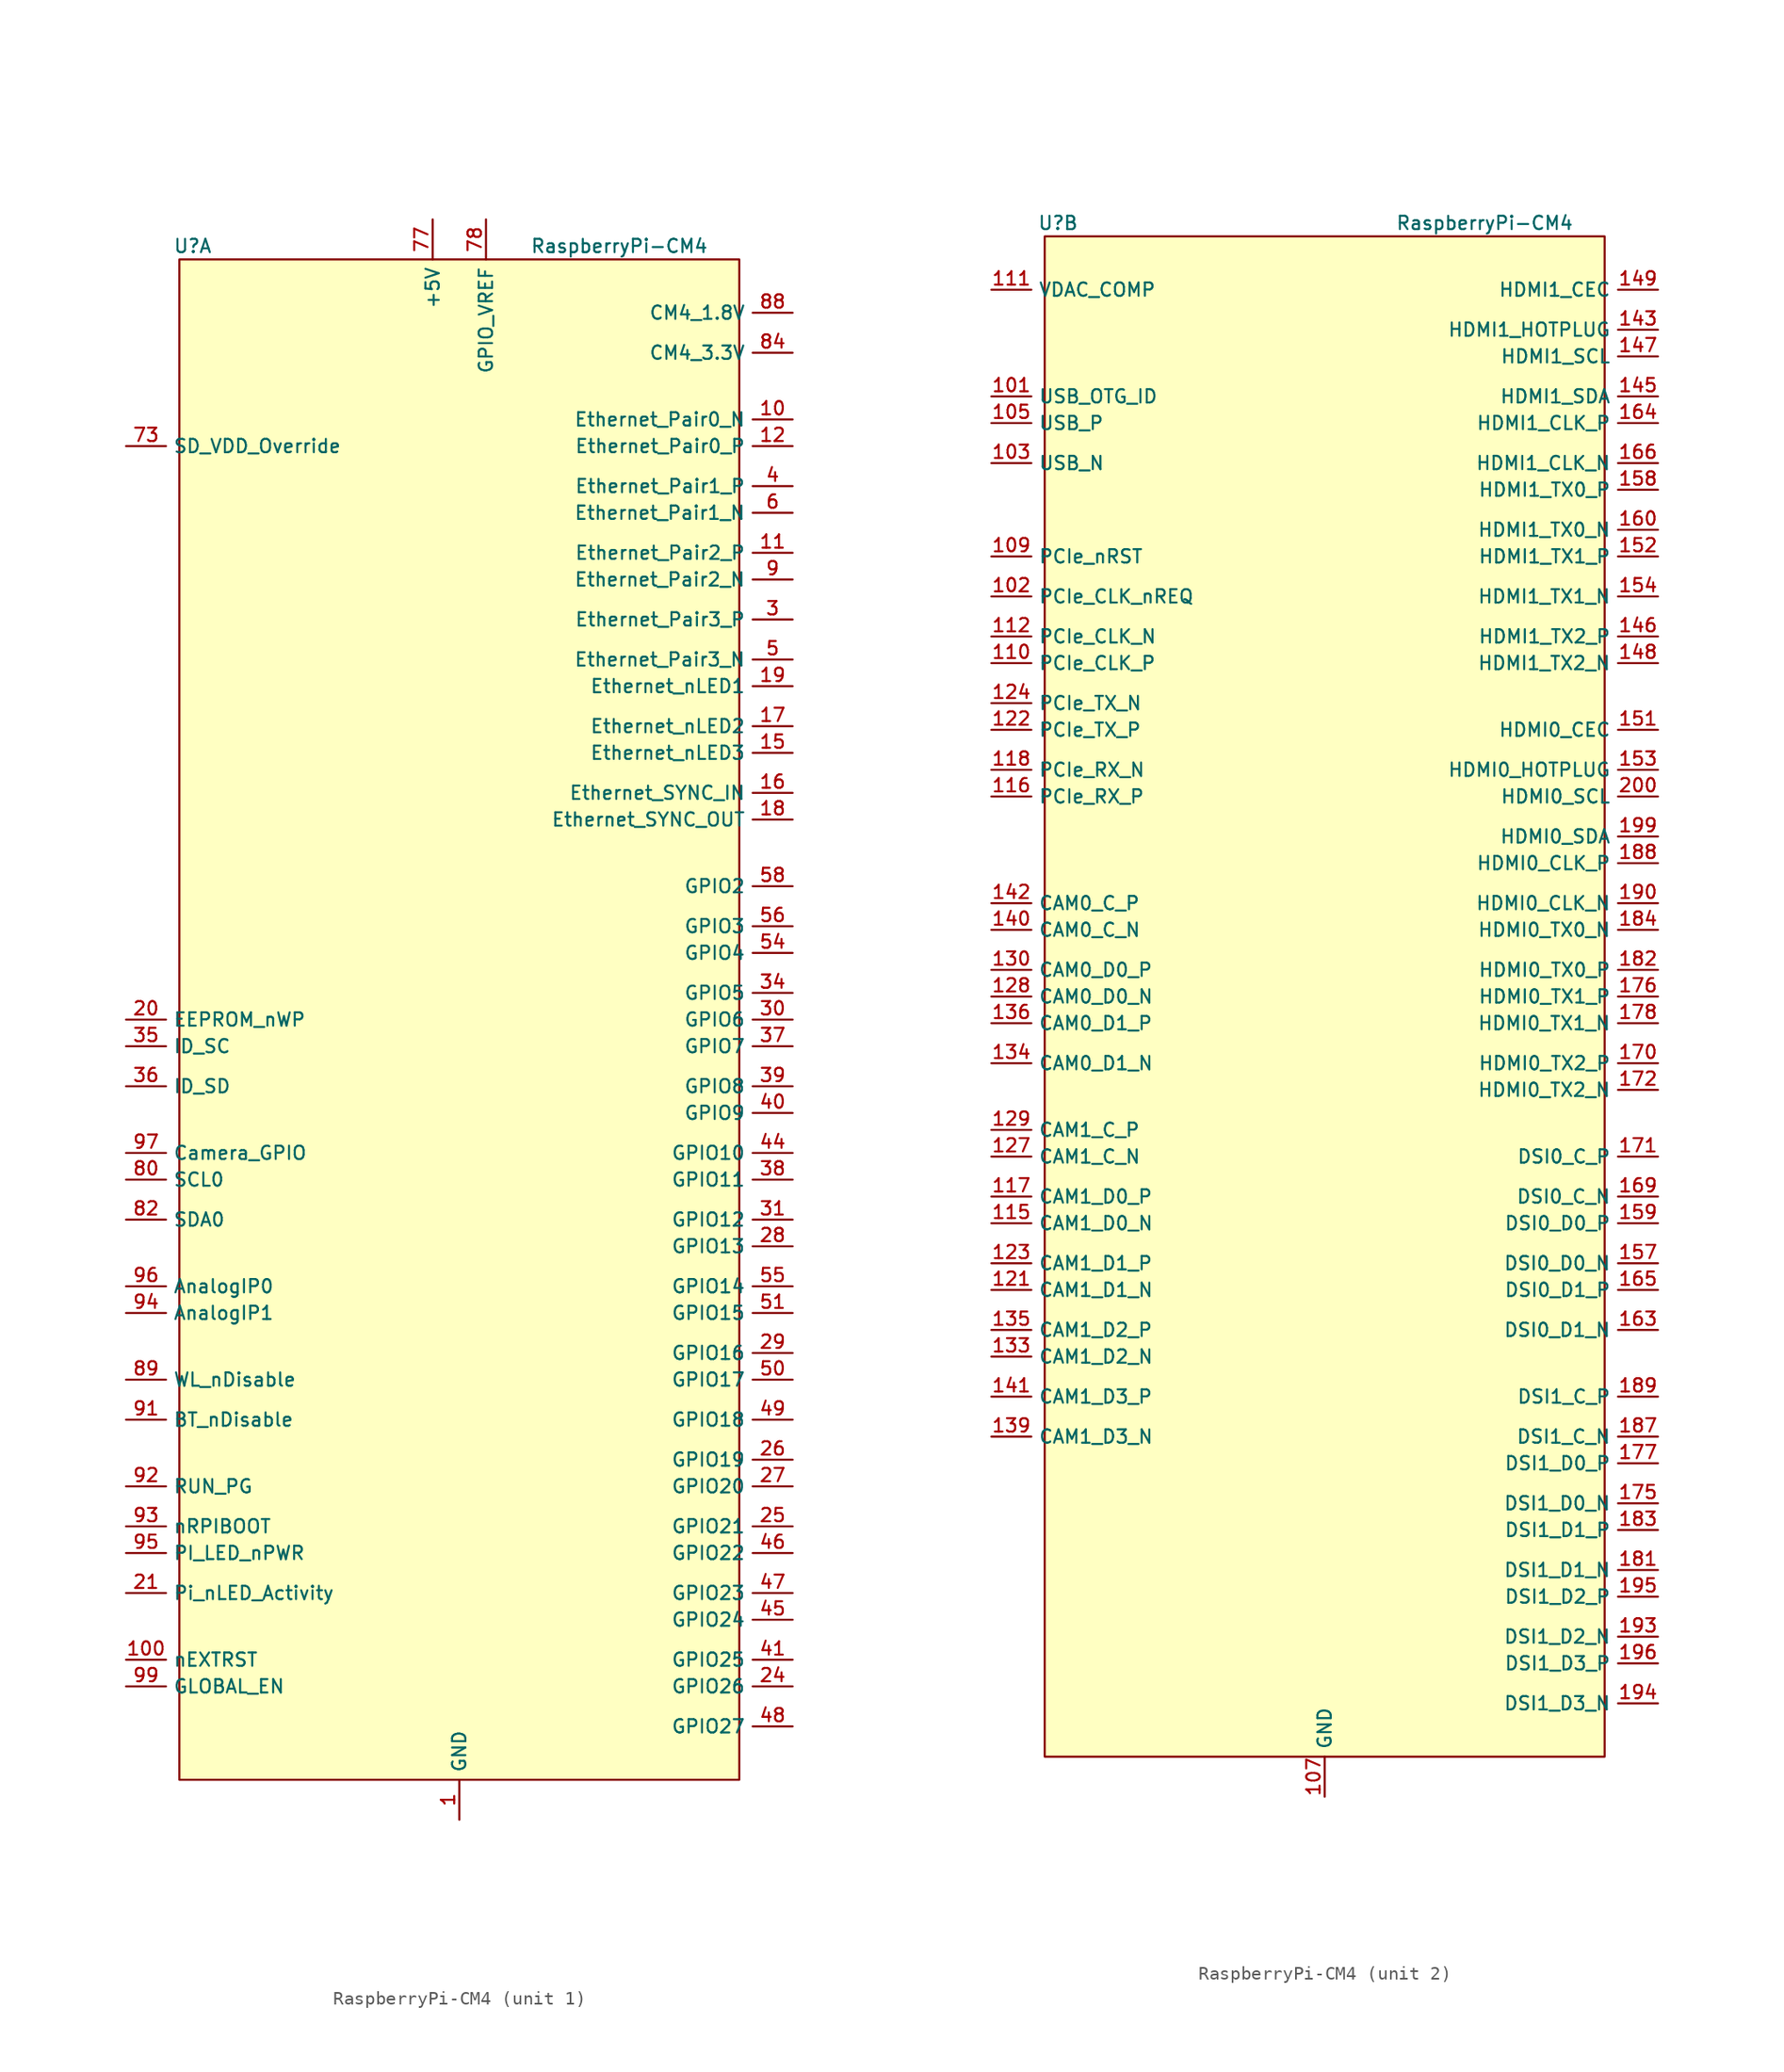
<source format=kicad_sym>
(kicad_symbol_lib
  (version 20231120)
  (generator "kicad_symbol_editor")
  (generator_version "8.0")
  (symbol "RaspberryPi-CM4"
    (property "Reference" "U"
      (at -20 58 0)
      (effects (font (size 1 1))))
    (property "Value" "RaspberryPi-CM4"
      (at 12 58 0)
      (effects (font (size 1 1))))
    (symbol "RaspberryPi-CM4_0_1"
      (rectangle (start 21 57) (end -21 -57) (stroke (width 0) (type default)) (fill (type background))))
    (symbol "RaspberryPi-CM4_1_1"
      (pin power_in line (at 0 -60 90) (length 3) (name "GND" (effects (font (size 1 1)))) (number "1" (effects (font (size 1 1)))))
      (pin bidirectional line (at 25 45 180) (length 3) (name "Ethernet_Pair0_N" (effects (font (size 1 1)))) (number "10" (effects (font (size 1 1)))))
      (pin output line (at -25 -48 0) (length 3) (name "nEXTRST" (effects (font (size 1 1)))) (number "100" (effects (font (size 1 1)))))
      (pin bidirectional line (at 25 35 180) (length 3) (name "Ethernet_Pair2_P" (effects (font (size 1 1)))) (number "11" (effects (font (size 1 1)))))
      (pin bidirectional line (at 25 43 180) (length 3) (name "Ethernet_Pair0_P" (effects (font (size 1 1)))) (number "12" (effects (font (size 1 1)))))
      (pin passive line (at 0 -60 90) (length 3) hide (name "GND" (effects (font (size 1 1)))) (number "13" (effects (font (size 1 1)))))
      (pin passive line (at 0 -60 90) (length 3) hide (name "GND" (effects (font (size 1 1)))) (number "14" (effects (font (size 1 1)))))
      (pin output line (at 25 20 180) (length 3) (name "Ethernet_nLED3" (effects (font (size 1 1)))) (number "15" (effects (font (size 1 1)))))
      (pin input line (at 25 17 180) (length 3) (name "Ethernet_SYNC_IN" (effects (font (size 1 1)))) (number "16" (effects (font (size 1 1)))))
      (pin output line (at 25 22 180) (length 3) (name "Ethernet_nLED2" (effects (font (size 1 1)))) (number "17" (effects (font (size 1 1)))))
      (pin output line (at 25 15 180) (length 3) (name "Ethernet_SYNC_OUT" (effects (font (size 1 1)))) (number "18" (effects (font (size 1 1)))))
      (pin output line (at 25 25 180) (length 3) (name "Ethernet_nLED1" (effects (font (size 1 1)))) (number "19" (effects (font (size 1 1)))))
      (pin passive line (at 0 -60 90) (length 3) hide (name "GND" (effects (font (size 1 1)))) (number "2" (effects (font (size 1 1)))))
      (pin input line (at -25 0 0) (length 3) (name "EEPROM_nWP" (effects (font (size 1 1)))) (number "20" (effects (font (size 1 1)))))
      (pin input line (at -25 -43 0) (length 3) (name "Pi_nLED_Activity" (effects (font (size 1 1)))) (number "21" (effects (font (size 1 1)))))
      (pin passive line (at 0 -60 90) (length 3) hide (name "GND" (effects (font (size 1 1)))) (number "22" (effects (font (size 1 1)))))
      (pin passive line (at 0 -60 90) (length 3) hide (name "GND" (effects (font (size 1 1)))) (number "23" (effects (font (size 1 1)))))
      (pin bidirectional line (at 25 -50 180) (length 3) (name "GPIO26" (effects (font (size 1 1)))) (number "24" (effects (font (size 1 1)))))
      (pin bidirectional line (at 25 -38 180) (length 3) (name "GPIO21" (effects (font (size 1 1)))) (number "25" (effects (font (size 1 1)))))
      (pin bidirectional line (at 25 -33 180) (length 3) (name "GPIO19" (effects (font (size 1 1)))) (number "26" (effects (font (size 1 1)))))
      (pin bidirectional line (at 25 -35 180) (length 3) (name "GPIO20" (effects (font (size 1 1)))) (number "27" (effects (font (size 1 1)))))
      (pin bidirectional line (at 25 -17 180) (length 3) (name "GPIO13" (effects (font (size 1 1)))) (number "28" (effects (font (size 1 1)))))
      (pin bidirectional line (at 25 -25 180) (length 3) (name "GPIO16" (effects (font (size 1 1)))) (number "29" (effects (font (size 1 1)))))
      (pin bidirectional line (at 25 30 180) (length 3) (name "Ethernet_Pair3_P" (effects (font (size 1 1)))) (number "3" (effects (font (size 1 1)))))
      (pin bidirectional line (at 25 0 180) (length 3) (name "GPIO6" (effects (font (size 1 1)))) (number "30" (effects (font (size 1 1)))))
      (pin bidirectional line (at 25 -15 180) (length 3) (name "GPIO12" (effects (font (size 1 1)))) (number "31" (effects (font (size 1 1)))))
      (pin passive line (at 0 -60 90) (length 3) hide (name "GND" (effects (font (size 1 1)))) (number "32" (effects (font (size 1 1)))))
      (pin passive line (at 0 -60 90) (length 3) hide (name "GND" (effects (font (size 1 1)))) (number "33" (effects (font (size 1 1)))))
      (pin bidirectional line (at 25 2 180) (length 3) (name "GPIO5" (effects (font (size 1 1)))) (number "34" (effects (font (size 1 1)))))
      (pin bidirectional line (at -25 -2 0) (length 3) (name "ID_SC" (effects (font (size 1 1)))) (number "35" (effects (font (size 1 1)))))
      (pin bidirectional line (at -25 -5 0) (length 3) (name "ID_SD" (effects (font (size 1 1)))) (number "36" (effects (font (size 1 1)))))
      (pin bidirectional line (at 25 -2 180) (length 3) (name "GPIO7" (effects (font (size 1 1)))) (number "37" (effects (font (size 1 1)))))
      (pin bidirectional line (at 25 -12 180) (length 3) (name "GPIO11" (effects (font (size 1 1)))) (number "38" (effects (font (size 1 1)))))
      (pin bidirectional line (at 25 -5 180) (length 3) (name "GPIO8" (effects (font (size 1 1)))) (number "39" (effects (font (size 1 1)))))
      (pin bidirectional line (at 25 40 180) (length 3) (name "Ethernet_Pair1_P" (effects (font (size 1 1)))) (number "4" (effects (font (size 1 1)))))
      (pin bidirectional line (at 25 -7 180) (length 3) (name "GPIO9" (effects (font (size 1 1)))) (number "40" (effects (font (size 1 1)))))
      (pin bidirectional line (at 25 -48 180) (length 3) (name "GPIO25" (effects (font (size 1 1)))) (number "41" (effects (font (size 1 1)))))
      (pin passive line (at 0 -60 90) (length 3) hide (name "GND" (effects (font (size 1 1)))) (number "42" (effects (font (size 1 1)))))
      (pin passive line (at 0 -60 90) (length 3) hide (name "GND" (effects (font (size 1 1)))) (number "43" (effects (font (size 1 1)))))
      (pin bidirectional line (at 25 -10 180) (length 3) (name "GPIO10" (effects (font (size 1 1)))) (number "44" (effects (font (size 1 1)))))
      (pin bidirectional line (at 25 -45 180) (length 3) (name "GPIO24" (effects (font (size 1 1)))) (number "45" (effects (font (size 1 1)))))
      (pin bidirectional line (at 25 -40 180) (length 3) (name "GPIO22" (effects (font (size 1 1)))) (number "46" (effects (font (size 1 1)))))
      (pin bidirectional line (at 25 -43 180) (length 3) (name "GPIO23" (effects (font (size 1 1)))) (number "47" (effects (font (size 1 1)))))
      (pin bidirectional line (at 25 -53 180) (length 3) (name "GPIO27" (effects (font (size 1 1)))) (number "48" (effects (font (size 1 1)))))
      (pin bidirectional line (at 25 -30 180) (length 3) (name "GPIO18" (effects (font (size 1 1)))) (number "49" (effects (font (size 1 1)))))
      (pin bidirectional line (at 25 27 180) (length 3) (name "Ethernet_Pair3_N" (effects (font (size 1 1)))) (number "5" (effects (font (size 1 1)))))
      (pin bidirectional line (at 25 -27 180) (length 3) (name "GPIO17" (effects (font (size 1 1)))) (number "50" (effects (font (size 1 1)))))
      (pin bidirectional line (at 25 -22 180) (length 3) (name "GPIO15" (effects (font (size 1 1)))) (number "51" (effects (font (size 1 1)))))
      (pin passive line (at 0 -60 90) (length 3) hide (name "GND" (effects (font (size 1 1)))) (number "52" (effects (font (size 1 1)))))
      (pin passive line (at 0 -60 90) (length 3) hide (name "GND" (effects (font (size 1 1)))) (number "53" (effects (font (size 1 1)))))
      (pin bidirectional line (at 25 5 180) (length 3) (name "GPIO4" (effects (font (size 1 1)))) (number "54" (effects (font (size 1 1)))))
      (pin bidirectional line (at 25 -20 180) (length 3) (name "GPIO14" (effects (font (size 1 1)))) (number "55" (effects (font (size 1 1)))))
      (pin bidirectional line (at 25 7 180) (length 3) (name "GPIO3" (effects (font (size 1 1)))) (number "56" (effects (font (size 1 1)))))
      (pin no_connect line (at -20 35 0) (length 3) hide (name "SD_CLK" (effects (font (size 1 1)))) (number "57" (effects (font (size 1 1)))))
      (pin bidirectional line (at 25 10 180) (length 3) (name "GPIO2" (effects (font (size 1 1)))) (number "58" (effects (font (size 1 1)))))
      (pin passive line (at 0 -60 90) (length 3) hide (name "GND" (effects (font (size 1 1)))) (number "59" (effects (font (size 1 1)))))
      (pin bidirectional line (at 25 38 180) (length 3) (name "Ethernet_Pair1_N" (effects (font (size 1 1)))) (number "6" (effects (font (size 1 1)))))
      (pin passive line (at 0 -60 90) (length 3) hide (name "GND" (effects (font (size 1 1)))) (number "60" (effects (font (size 1 1)))))
      (pin no_connect line (at -20 25 0) (length 3) hide (name "SD_DAT3" (effects (font (size 1 1)))) (number "61" (effects (font (size 1 1)))))
      (pin no_connect line (at -20 38 0) (length 3) hide (name "SD_CMD" (effects (font (size 1 1)))) (number "62" (effects (font (size 1 1)))))
      (pin no_connect line (at -20 33 0) (length 3) hide (name "SD_DAT0" (effects (font (size 1 1)))) (number "63" (effects (font (size 1 1)))))
      (pin no_connect line (at -20 20 0) (length 3) hide (name "SD_DAT5" (effects (font (size 1 1)))) (number "64" (effects (font (size 1 1)))))
      (pin passive line (at 0 -60 90) (length 3) hide (name "GND" (effects (font (size 1 1)))) (number "65" (effects (font (size 1 1)))))
      (pin passive line (at 0 -60 90) (length 3) hide (name "GND" (effects (font (size 1 1)))) (number "66" (effects (font (size 1 1)))))
      (pin no_connect line (at -20 30 0) (length 3) hide (name "SD_DAT1" (effects (font (size 1 1)))) (number "67" (effects (font (size 1 1)))))
      (pin no_connect line (at -20 22 0) (length 3) hide (name "SD_DAT4" (effects (font (size 1 1)))) (number "68" (effects (font (size 1 1)))))
      (pin no_connect line (at -20 27 0) (length 3) hide (name "SD_DAT2" (effects (font (size 1 1)))) (number "69" (effects (font (size 1 1)))))
      (pin passive line (at 0 -60 90) (length 3) hide (name "GND" (effects (font (size 1 1)))) (number "7" (effects (font (size 1 1)))))
      (pin no_connect line (at -20 15 0) (length 3) hide (name "SD_DAT7" (effects (font (size 1 1)))) (number "70" (effects (font (size 1 1)))))
      (pin passive line (at 0 -60 90) (length 3) hide (name "GND" (effects (font (size 1 1)))) (number "71" (effects (font (size 1 1)))))
      (pin no_connect line (at -20 17 0) (length 3) hide (name "SD_DAT6" (effects (font (size 1 1)))) (number "72" (effects (font (size 1 1)))))
      (pin input line (at -25 43 0) (length 3) (name "SD_VDD_Override" (effects (font (size 1 1)))) (number "73" (effects (font (size 1 1)))))
      (pin passive line (at 0 -60 90) (length 3) hide (name "GND" (effects (font (size 1 1)))) (number "74" (effects (font (size 1 1)))))
      (pin no_connect line (at -20 45 0) (length 3) hide (name "SD_PWR_ON" (effects (font (size 1 1)))) (number "75" (effects (font (size 1 1)))))
      (pin no_connect line (at -20 -53 0) (length 3) hide (name "Reserved" (effects (font (size 1 1)))) (number "76" (effects (font (size 1 1)))))
      (pin power_in line (at -2 60 270) (length 3) (name "+5V" (effects (font (size 1 1)))) (number "77" (effects (font (size 1 1)))))
      (pin power_in line (at 2 60 270) (length 3) (name "GPIO_VREF" (effects (font (size 1 1)))) (number "78" (effects (font (size 1 1)))))
      (pin passive line (at -2 60 270) (length 3) hide (name "+5V" (effects (font (size 1 1)))) (number "79" (effects (font (size 1 1)))))
      (pin passive line (at 0 -60 90) (length 3) hide (name "GND" (effects (font (size 1 1)))) (number "8" (effects (font (size 1 1)))))
      (pin output line (at -25 -12 0) (length 3) (name "SCL0" (effects (font (size 1 1)))) (number "80" (effects (font (size 1 1)))))
      (pin passive line (at -2 60 270) (length 3) hide (name "+5V" (effects (font (size 1 1)))) (number "81" (effects (font (size 1 1)))))
      (pin bidirectional line (at -25 -15 0) (length 3) (name "SDA0" (effects (font (size 1 1)))) (number "82" (effects (font (size 1 1)))))
      (pin passive line (at -2 60 270) (length 3) hide (name "+5V" (effects (font (size 1 1)))) (number "83" (effects (font (size 1 1)))))
      (pin power_out line (at 25 50 180) (length 3) (name "CM4_3.3V" (effects (font (size 1 1)))) (number "84" (effects (font (size 1 1)))))
      (pin passive line (at -2 60 270) (length 3) hide (name "+5V" (effects (font (size 1 1)))) (number "85" (effects (font (size 1 1)))))
      (pin passive line (at 25 50 180) (length 3) hide (name "CM4_3.3V" (effects (font (size 1 1)))) (number "86" (effects (font (size 1 1)))))
      (pin passive line (at -2 60 270) (length 3) hide (name "+5V" (effects (font (size 1 1)))) (number "87" (effects (font (size 1 1)))))
      (pin power_out line (at 25 53 180) (length 3) (name "CM4_1.8V" (effects (font (size 1 1)))) (number "88" (effects (font (size 1 1)))))
      (pin input line (at -25 -27 0) (length 3) (name "WL_nDisable" (effects (font (size 1 1)))) (number "89" (effects (font (size 1 1)))))
      (pin bidirectional line (at 25 33 180) (length 3) (name "Ethernet_Pair2_N" (effects (font (size 1 1)))) (number "9" (effects (font (size 1 1)))))
      (pin passive line (at 25 53 180) (length 3) hide (name "CM4_1.8V" (effects (font (size 1 1)))) (number "90" (effects (font (size 1 1)))))
      (pin input line (at -25 -30 0) (length 3) (name "BT_nDisable" (effects (font (size 1 1)))) (number "91" (effects (font (size 1 1)))))
      (pin bidirectional line (at -25 -35 0) (length 3) (name "RUN_PG" (effects (font (size 1 1)))) (number "92" (effects (font (size 1 1)))))
      (pin input line (at -25 -38 0) (length 3) (name "nRPIBOOT" (effects (font (size 1 1)))) (number "93" (effects (font (size 1 1)))))
      (pin input line (at -25 -22 0) (length 3) (name "AnalogIP1" (effects (font (size 1 1)))) (number "94" (effects (font (size 1 1)))))
      (pin output line (at -25 -40 0) (length 3) (name "PI_LED_nPWR" (effects (font (size 1 1)))) (number "95" (effects (font (size 1 1)))))
      (pin input line (at -25 -20 0) (length 3) (name "AnalogIP0" (effects (font (size 1 1)))) (number "96" (effects (font (size 1 1)))))
      (pin input line (at -25 -10 0) (length 3) (name "Camera_GPIO" (effects (font (size 1 1)))) (number "97" (effects (font (size 1 1)))))
      (pin passive line (at 0 -60 90) (length 3) hide (name "GND" (effects (font (size 1 1)))) (number "98" (effects (font (size 1 1)))))
      (pin input line (at -25 -50 0) (length 3) (name "GLOBAL_EN" (effects (font (size 1 1)))) (number "99" (effects (font (size 1 1))))))
    (symbol "RaspberryPi-CM4_2_1"
      (pin input line (at -25 45 0) (length 3) (name "USB_OTG_ID" (effects (font (size 1 1)))) (number "101" (effects (font (size 1 1)))))
      (pin input line (at -25 30 0) (length 3) (name "PCIe_CLK_nREQ" (effects (font (size 1 1)))) (number "102" (effects (font (size 1 1)))))
      (pin bidirectional line (at -25 40 0) (length 3) (name "USB_N" (effects (font (size 1 1)))) (number "103" (effects (font (size 1 1)))))
      (pin no_connect line (at -20 -53 0) (length 3) hide (name "Reserved" (effects (font (size 1 1)))) (number "104" (effects (font (size 1 1)))))
      (pin bidirectional line (at -25 43 0) (length 3) (name "USB_P" (effects (font (size 1 1)))) (number "105" (effects (font (size 1 1)))))
      (pin no_connect line (at -20 -55 0) (length 3) hide (name "Reserved" (effects (font (size 1 1)))) (number "106" (effects (font (size 1 1)))))
      (pin power_in line (at 0 -60 90) (length 3) (name "GND" (effects (font (size 1 1)))) (number "107" (effects (font (size 1 1)))))
      (pin passive line (at 0 -60 90) (length 3) hide (name "GND" (effects (font (size 1 1)))) (number "108" (effects (font (size 1 1)))))
      (pin output line (at -25 33 0) (length 3) (name "PCIe_nRST" (effects (font (size 1 1)))) (number "109" (effects (font (size 1 1)))))
      (pin output line (at -25 25 0) (length 3) (name "PCIe_CLK_P" (effects (font (size 1 1)))) (number "110" (effects (font (size 1 1)))))
      (pin output line (at -25 53 0) (length 3) (name "VDAC_COMP" (effects (font (size 1 1)))) (number "111" (effects (font (size 1 1)))))
      (pin output line (at -25 27 0) (length 3) (name "PCIe_CLK_N" (effects (font (size 1 1)))) (number "112" (effects (font (size 1 1)))))
      (pin passive line (at 0 -60 90) (length 3) hide (name "GND" (effects (font (size 1 1)))) (number "113" (effects (font (size 1 1)))))
      (pin passive line (at 0 -60 90) (length 3) hide (name "GND" (effects (font (size 1 1)))) (number "114" (effects (font (size 1 1)))))
      (pin input line (at -25 -17 0) (length 3) (name "CAM1_D0_N" (effects (font (size 1 1)))) (number "115" (effects (font (size 1 1)))))
      (pin input line (at -25 15 0) (length 3) (name "PCIe_RX_P" (effects (font (size 1 1)))) (number "116" (effects (font (size 1 1)))))
      (pin input line (at -25 -15 0) (length 3) (name "CAM1_D0_P" (effects (font (size 1 1)))) (number "117" (effects (font (size 1 1)))))
      (pin input line (at -25 17 0) (length 3) (name "PCIe_RX_N" (effects (font (size 1 1)))) (number "118" (effects (font (size 1 1)))))
      (pin passive line (at 0 -60 90) (length 3) hide (name "GND" (effects (font (size 1 1)))) (number "119" (effects (font (size 1 1)))))
      (pin passive line (at 0 -60 90) (length 3) hide (name "GND" (effects (font (size 1 1)))) (number "120" (effects (font (size 1 1)))))
      (pin input line (at -25 -22 0) (length 3) (name "CAM1_D1_N" (effects (font (size 1 1)))) (number "121" (effects (font (size 1 1)))))
      (pin output line (at -25 20 0) (length 3) (name "PCIe_TX_P" (effects (font (size 1 1)))) (number "122" (effects (font (size 1 1)))))
      (pin input line (at -25 -20 0) (length 3) (name "CAM1_D1_P" (effects (font (size 1 1)))) (number "123" (effects (font (size 1 1)))))
      (pin output line (at -25 22 0) (length 3) (name "PCIe_TX_N" (effects (font (size 1 1)))) (number "124" (effects (font (size 1 1)))))
      (pin passive line (at 0 -60 90) (length 3) hide (name "GND" (effects (font (size 1 1)))) (number "125" (effects (font (size 1 1)))))
      (pin passive line (at 0 -60 90) (length 3) hide (name "GND" (effects (font (size 1 1)))) (number "126" (effects (font (size 1 1)))))
      (pin input line (at -25 -12 0) (length 3) (name "CAM1_C_N" (effects (font (size 1 1)))) (number "127" (effects (font (size 1 1)))))
      (pin input line (at -25 0 0) (length 3) (name "CAM0_D0_N" (effects (font (size 1 1)))) (number "128" (effects (font (size 1 1)))))
      (pin input line (at -25 -10 0) (length 3) (name "CAM1_C_P" (effects (font (size 1 1)))) (number "129" (effects (font (size 1 1)))))
      (pin input line (at -25 2 0) (length 3) (name "CAM0_D0_P" (effects (font (size 1 1)))) (number "130" (effects (font (size 1 1)))))
      (pin passive line (at 0 -60 90) (length 3) hide (name "GND" (effects (font (size 1 1)))) (number "131" (effects (font (size 1 1)))))
      (pin passive line (at 0 -60 90) (length 3) hide (name "GND" (effects (font (size 1 1)))) (number "132" (effects (font (size 1 1)))))
      (pin input line (at -25 -27 0) (length 3) (name "CAM1_D2_N" (effects (font (size 1 1)))) (number "133" (effects (font (size 1 1)))))
      (pin input line (at -25 -5 0) (length 3) (name "CAM0_D1_N" (effects (font (size 1 1)))) (number "134" (effects (font (size 1 1)))))
      (pin input line (at -25 -25 0) (length 3) (name "CAM1_D2_P" (effects (font (size 1 1)))) (number "135" (effects (font (size 1 1)))))
      (pin input line (at -25 -2 0) (length 3) (name "CAM0_D1_P" (effects (font (size 1 1)))) (number "136" (effects (font (size 1 1)))))
      (pin passive line (at 0 -60 90) (length 3) hide (name "GND" (effects (font (size 1 1)))) (number "137" (effects (font (size 1 1)))))
      (pin passive line (at 0 -60 90) (length 3) hide (name "GND" (effects (font (size 1 1)))) (number "138" (effects (font (size 1 1)))))
      (pin input line (at -25 -33 0) (length 3) (name "CAM1_D3_N" (effects (font (size 1 1)))) (number "139" (effects (font (size 1 1)))))
      (pin input line (at -25 5 0) (length 3) (name "CAM0_C_N" (effects (font (size 1 1)))) (number "140" (effects (font (size 1 1)))))
      (pin input line (at -25 -30 0) (length 3) (name "CAM1_D3_P" (effects (font (size 1 1)))) (number "141" (effects (font (size 1 1)))))
      (pin input line (at -25 7 0) (length 3) (name "CAM0_C_P" (effects (font (size 1 1)))) (number "142" (effects (font (size 1 1)))))
      (pin input line (at 25 50 180) (length 3) (name "HDMI1_HOTPLUG" (effects (font (size 1 1)))) (number "143" (effects (font (size 1 1)))))
      (pin passive line (at 0 -60 90) (length 3) hide (name "GND" (effects (font (size 1 1)))) (number "144" (effects (font (size 1 1)))))
      (pin bidirectional line (at 25 45 180) (length 3) (name "HDMI1_SDA" (effects (font (size 1 1)))) (number "145" (effects (font (size 1 1)))))
      (pin output line (at 25 27 180) (length 3) (name "HDMI1_TX2_P" (effects (font (size 1 1)))) (number "146" (effects (font (size 1 1)))))
      (pin input line (at 25 48 180) (length 3) (name "HDMI1_SCL" (effects (font (size 1 1)))) (number "147" (effects (font (size 1 1)))))
      (pin output line (at 25 25 180) (length 3) (name "HDMI1_TX2_N" (effects (font (size 1 1)))) (number "148" (effects (font (size 1 1)))))
      (pin input line (at 25 53 180) (length 3) (name "HDMI1_CEC" (effects (font (size 1 1)))) (number "149" (effects (font (size 1 1)))))
      (pin passive line (at 0 -60 90) (length 3) hide (name "GND" (effects (font (size 1 1)))) (number "150" (effects (font (size 1 1)))))
      (pin input line (at 25 20 180) (length 3) (name "HDMI0_CEC" (effects (font (size 1 1)))) (number "151" (effects (font (size 1 1)))))
      (pin output line (at 25 33 180) (length 3) (name "HDMI1_TX1_P" (effects (font (size 1 1)))) (number "152" (effects (font (size 1 1)))))
      (pin input line (at 25 17 180) (length 3) (name "HDMI0_HOTPLUG" (effects (font (size 1 1)))) (number "153" (effects (font (size 1 1)))))
      (pin output line (at 25 30 180) (length 3) (name "HDMI1_TX1_N" (effects (font (size 1 1)))) (number "154" (effects (font (size 1 1)))))
      (pin passive line (at 0 -60 90) (length 3) hide (name "GND" (effects (font (size 1 1)))) (number "155" (effects (font (size 1 1)))))
      (pin passive line (at 0 -60 90) (length 3) hide (name "GND" (effects (font (size 1 1)))) (number "156" (effects (font (size 1 1)))))
      (pin output line (at 25 -20 180) (length 3) (name "DSI0_D0_N" (effects (font (size 1 1)))) (number "157" (effects (font (size 1 1)))))
      (pin output line (at 25 38 180) (length 3) (name "HDMI1_TX0_P" (effects (font (size 1 1)))) (number "158" (effects (font (size 1 1)))))
      (pin output line (at 25 -17 180) (length 3) (name "DSI0_D0_P" (effects (font (size 1 1)))) (number "159" (effects (font (size 1 1)))))
      (pin output line (at 25 35 180) (length 3) (name "HDMI1_TX0_N" (effects (font (size 1 1)))) (number "160" (effects (font (size 1 1)))))
      (pin passive line (at 0 -60 90) (length 3) hide (name "GND" (effects (font (size 1 1)))) (number "161" (effects (font (size 1 1)))))
      (pin passive line (at 0 -60 90) (length 3) hide (name "GND" (effects (font (size 1 1)))) (number "162" (effects (font (size 1 1)))))
      (pin output line (at 25 -25 180) (length 3) (name "DSI0_D1_N" (effects (font (size 1 1)))) (number "163" (effects (font (size 1 1)))))
      (pin output line (at 25 43 180) (length 3) (name "HDMI1_CLK_P" (effects (font (size 1 1)))) (number "164" (effects (font (size 1 1)))))
      (pin output line (at 25 -22 180) (length 3) (name "DSI0_D1_P" (effects (font (size 1 1)))) (number "165" (effects (font (size 1 1)))))
      (pin output line (at 25 40 180) (length 3) (name "HDMI1_CLK_N" (effects (font (size 1 1)))) (number "166" (effects (font (size 1 1)))))
      (pin passive line (at 0 -60 90) (length 3) hide (name "GND" (effects (font (size 1 1)))) (number "167" (effects (font (size 1 1)))))
      (pin passive line (at 0 -60 90) (length 3) hide (name "GND" (effects (font (size 1 1)))) (number "168" (effects (font (size 1 1)))))
      (pin output line (at 25 -15 180) (length 3) (name "DSI0_C_N" (effects (font (size 1 1)))) (number "169" (effects (font (size 1 1)))))
      (pin output line (at 25 -5 180) (length 3) (name "HDMI0_TX2_P" (effects (font (size 1 1)))) (number "170" (effects (font (size 1 1)))))
      (pin output line (at 25 -12 180) (length 3) (name "DSI0_C_P" (effects (font (size 1 1)))) (number "171" (effects (font (size 1 1)))))
      (pin output line (at 25 -7 180) (length 3) (name "HDMI0_TX2_N" (effects (font (size 1 1)))) (number "172" (effects (font (size 1 1)))))
      (pin passive line (at 0 -60 90) (length 3) hide (name "GND" (effects (font (size 1 1)))) (number "173" (effects (font (size 1 1)))))
      (pin passive line (at 0 -60 90) (length 3) hide (name "GND" (effects (font (size 1 1)))) (number "174" (effects (font (size 1 1)))))
      (pin output line (at 25 -38 180) (length 3) (name "DSI1_D0_N" (effects (font (size 1 1)))) (number "175" (effects (font (size 1 1)))))
      (pin output line (at 25 0 180) (length 3) (name "HDMI0_TX1_P" (effects (font (size 1 1)))) (number "176" (effects (font (size 1 1)))))
      (pin output line (at 25 -35 180) (length 3) (name "DSI1_D0_P" (effects (font (size 1 1)))) (number "177" (effects (font (size 1 1)))))
      (pin output line (at 25 -2 180) (length 3) (name "HDMI0_TX1_N" (effects (font (size 1 1)))) (number "178" (effects (font (size 1 1)))))
      (pin passive line (at 0 -60 90) (length 3) hide (name "GND" (effects (font (size 1 1)))) (number "179" (effects (font (size 1 1)))))
      (pin passive line (at 0 -60 90) (length 3) hide (name "GND" (effects (font (size 1 1)))) (number "180" (effects (font (size 1 1)))))
      (pin output line (at 25 -43 180) (length 3) (name "DSI1_D1_N" (effects (font (size 1 1)))) (number "181" (effects (font (size 1 1)))))
      (pin output line (at 25 2 180) (length 3) (name "HDMI0_TX0_P" (effects (font (size 1 1)))) (number "182" (effects (font (size 1 1)))))
      (pin output line (at 25 -40 180) (length 3) (name "DSI1_D1_P" (effects (font (size 1 1)))) (number "183" (effects (font (size 1 1)))))
      (pin output line (at 25 5 180) (length 3) (name "HDMI0_TX0_N" (effects (font (size 1 1)))) (number "184" (effects (font (size 1 1)))))
      (pin passive line (at 0 -60 90) (length 3) hide (name "GND" (effects (font (size 1 1)))) (number "185" (effects (font (size 1 1)))))
      (pin passive line (at 0 -60 90) (length 3) hide (name "GND" (effects (font (size 1 1)))) (number "186" (effects (font (size 1 1)))))
      (pin output line (at 25 -33 180) (length 3) (name "DSI1_C_N" (effects (font (size 1 1)))) (number "187" (effects (font (size 1 1)))))
      (pin output line (at 25 10 180) (length 3) (name "HDMI0_CLK_P" (effects (font (size 1 1)))) (number "188" (effects (font (size 1 1)))))
      (pin output line (at 25 -30 180) (length 3) (name "DSI1_C_P" (effects (font (size 1 1)))) (number "189" (effects (font (size 1 1)))))
      (pin output line (at 25 7 180) (length 3) (name "HDMI0_CLK_N" (effects (font (size 1 1)))) (number "190" (effects (font (size 1 1)))))
      (pin passive line (at 0 -60 90) (length 3) hide (name "GND" (effects (font (size 1 1)))) (number "191" (effects (font (size 1 1)))))
      (pin passive line (at 0 -60 90) (length 3) hide (name "GND" (effects (font (size 1 1)))) (number "192" (effects (font (size 1 1)))))
      (pin output line (at 25 -48 180) (length 3) (name "DSI1_D2_N" (effects (font (size 1 1)))) (number "193" (effects (font (size 1 1)))))
      (pin output line (at 25 -53 180) (length 3) (name "DSI1_D3_N" (effects (font (size 1 1)))) (number "194" (effects (font (size 1 1)))))
      (pin output line (at 25 -45 180) (length 3) (name "DSI1_D2_P" (effects (font (size 1 1)))) (number "195" (effects (font (size 1 1)))))
      (pin output line (at 25 -50 180) (length 3) (name "DSI1_D3_P" (effects (font (size 1 1)))) (number "196" (effects (font (size 1 1)))))
      (pin passive line (at 0 -60 90) (length 3) hide (name "GND" (effects (font (size 1 1)))) (number "197" (effects (font (size 1 1)))))
      (pin passive line (at 0 -60 90) (length 3) hide (name "GND" (effects (font (size 1 1)))) (number "198" (effects (font (size 1 1)))))
      (pin bidirectional line (at 25 12 180) (length 3) (name "HDMI0_SDA" (effects (font (size 1 1)))) (number "199" (effects (font (size 1 1)))))
      (pin bidirectional line (at 25 15 180) (length 3) (name "HDMI0_SCL" (effects (font (size 1 1)))) (number "200" (effects (font (size 1 1))))))))
</source>
